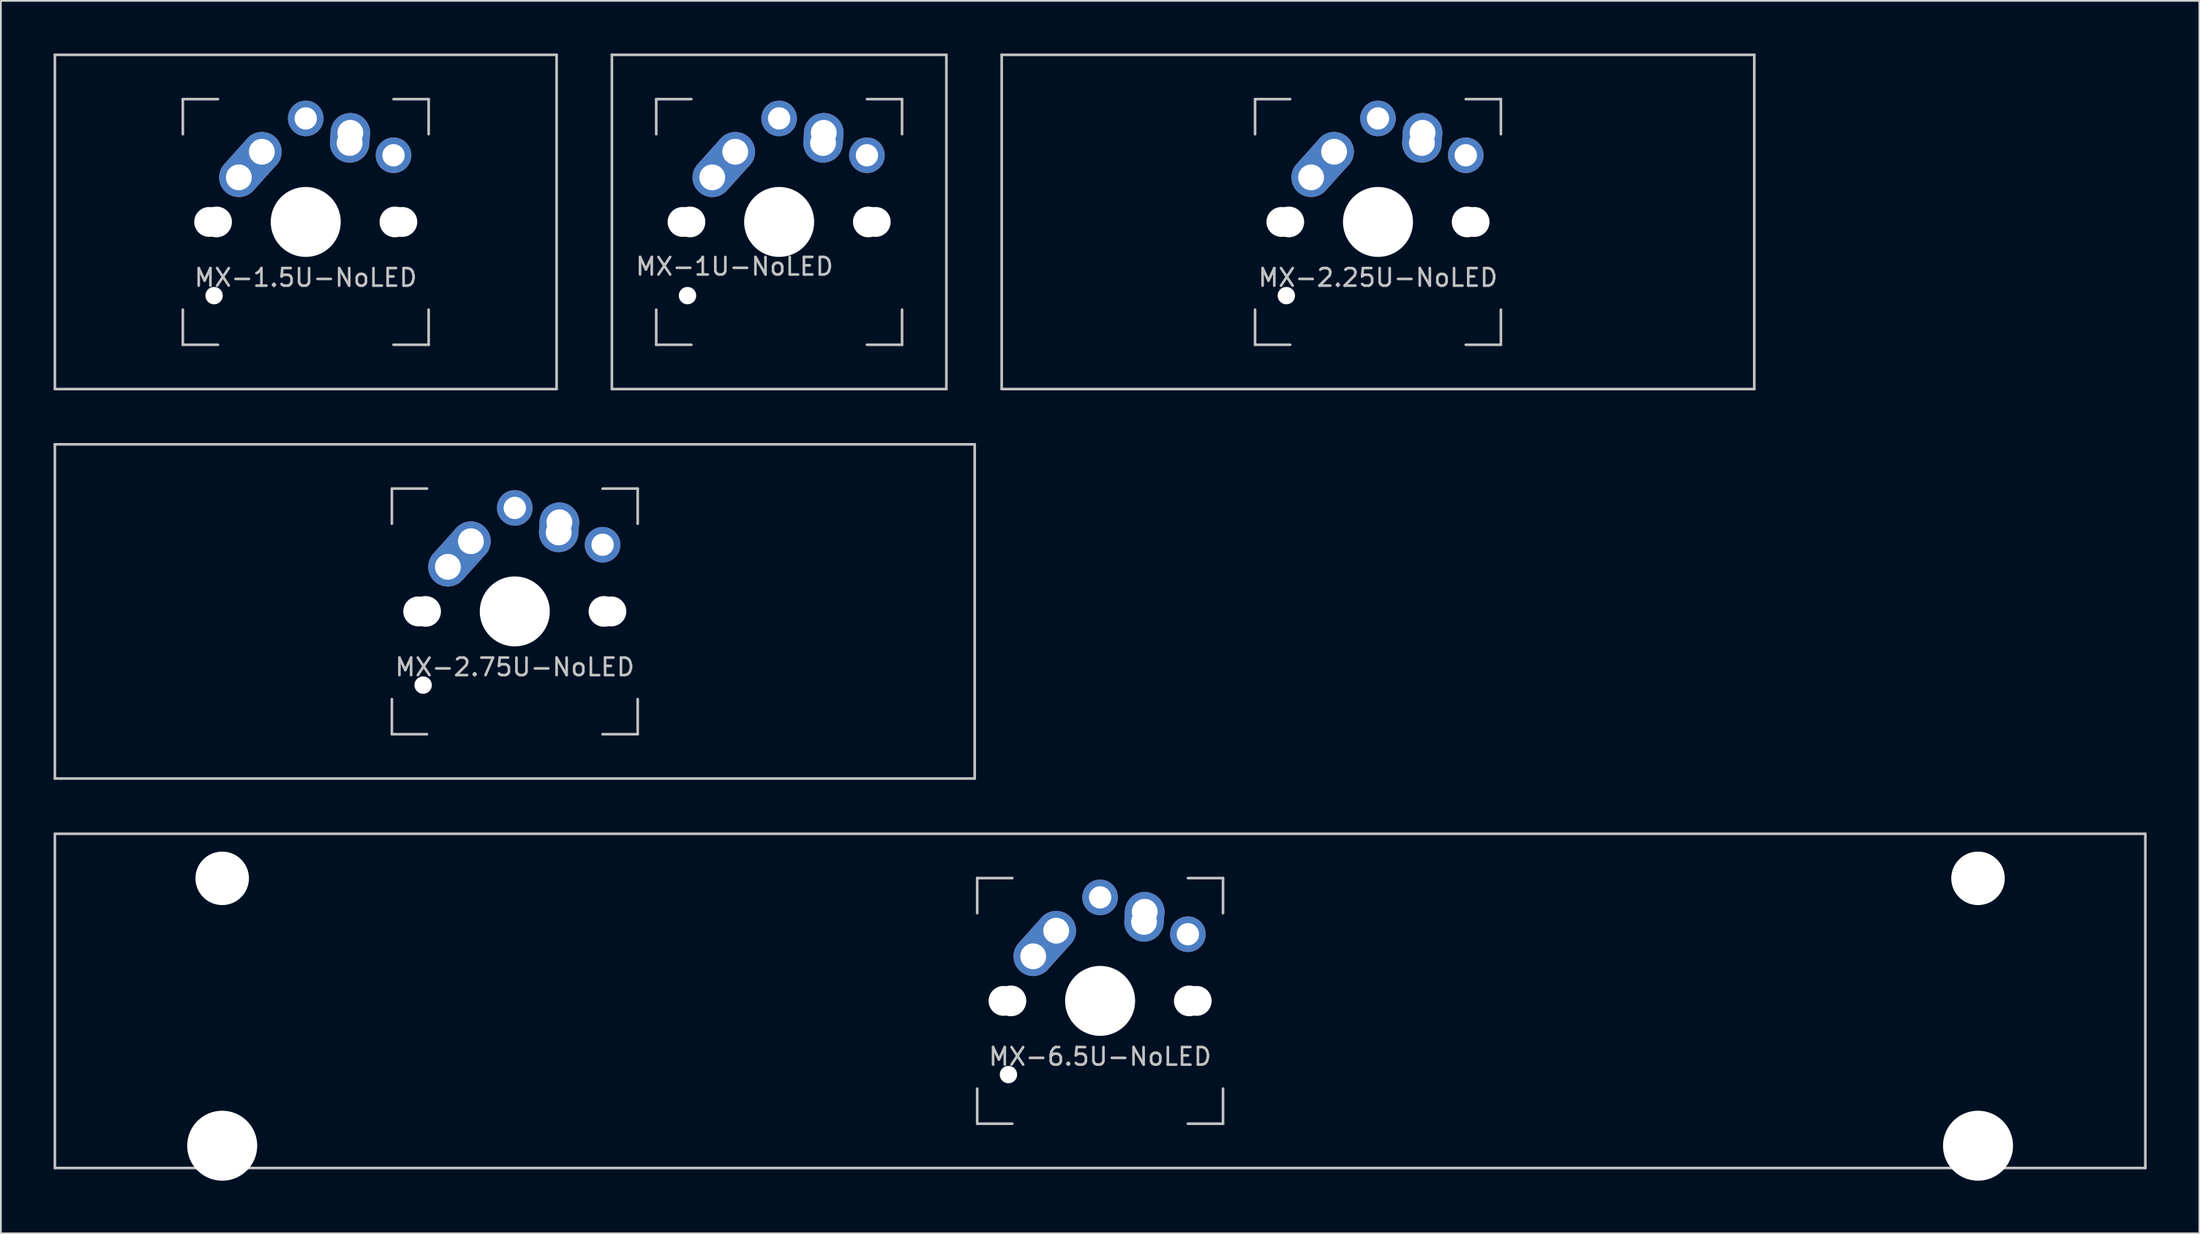
<source format=kicad_pcb>
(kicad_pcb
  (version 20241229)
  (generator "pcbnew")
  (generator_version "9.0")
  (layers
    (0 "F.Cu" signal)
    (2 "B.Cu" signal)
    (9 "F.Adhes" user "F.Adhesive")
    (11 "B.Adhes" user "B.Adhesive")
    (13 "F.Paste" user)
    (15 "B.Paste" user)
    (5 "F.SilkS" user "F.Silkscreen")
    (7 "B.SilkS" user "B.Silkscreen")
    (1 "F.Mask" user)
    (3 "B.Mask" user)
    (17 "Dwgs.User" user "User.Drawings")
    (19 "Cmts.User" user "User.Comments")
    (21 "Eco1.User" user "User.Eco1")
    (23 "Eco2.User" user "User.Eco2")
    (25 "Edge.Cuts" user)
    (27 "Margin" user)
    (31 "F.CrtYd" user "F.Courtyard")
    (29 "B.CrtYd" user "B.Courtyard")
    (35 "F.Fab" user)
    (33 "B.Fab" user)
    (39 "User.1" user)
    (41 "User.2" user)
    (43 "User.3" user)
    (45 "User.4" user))
  (footprint "MX-2.75U-NoLED"
    (layer "F.Cu")
    (at 26.269 31.8)
    (property "Reference" "MX-2.75U-NoLED" (at 0 3.175 0) (layer "Dwgs.User") (effects (font (size 1 1) (thickness 0.15))))
    (attr through_hole)
    (fp_line (start -26.194 -9.525) (end 26.194 -9.525) (stroke (width 0.15) (type solid)) (layer "Dwgs.User"))
    (fp_line (start -26.194 9.525) (end -26.194 -9.525) (stroke (width 0.15) (type solid)) (layer "Dwgs.User"))
    (fp_line (start -26.194 9.525) (end 26.194 9.525) (stroke (width 0.15) (type solid)) (layer "Dwgs.User"))
    (fp_line (start -7 -7) (end -7 -5) (stroke (width 0.15) (type solid)) (layer "Dwgs.User"))
    (fp_line (start -7 5) (end -7 7) (stroke (width 0.15) (type solid)) (layer "Dwgs.User"))
    (fp_line (start -7 7) (end -5 7) (stroke (width 0.15) (type solid)) (layer "Dwgs.User"))
    (fp_line (start -5 -7) (end -7 -7) (stroke (width 0.15) (type solid)) (layer "Dwgs.User"))
    (fp_line (start 5 -7) (end 7 -7) (stroke (width 0.15) (type solid)) (layer "Dwgs.User"))
    (fp_line (start 5 7) (end 7 7) (stroke (width 0.15) (type solid)) (layer "Dwgs.User"))
    (fp_line (start 7 -7) (end 7 -5) (stroke (width 0.15) (type solid)) (layer "Dwgs.User"))
    (fp_line (start 7 7) (end 7 5) (stroke (width 0.15) (type solid)) (layer "Dwgs.User"))
    (fp_line (start 26.194 -9.525) (end 26.194 9.525) (stroke (width 0.15) (type solid)) (layer "Dwgs.User"))
    (pad "" np_thru_hole circle (at -5.5 0) (size 1.702 1.702) (drill 1.702) (layers "*.Cu" "*.Mask"))
    (pad "" np_thru_hole circle (at -5.22 4.2 180) (size 0.991 0.991) (drill 0.991) (layers "*.Cu" "*.Mask"))
    (pad "" np_thru_hole circle (at -5.08 0 48.1) (size 1.75 1.75) (drill 1.75) (layers "*.Cu" "*.Mask"))
    (pad "" np_thru_hole circle (at 0 0) (size 3.988 3.988) (drill 3.988) (layers "*.Cu" "*.Mask"))
    (pad "" np_thru_hole circle (at 5.08 0 48.1) (size 1.75 1.75) (drill 1.75) (layers "*.Cu" "*.Mask"))
    (pad "" np_thru_hole circle (at 5.5 0) (size 1.702 1.702) (drill 1.702) (layers "*.Cu" "*.Mask"))
    (pad "1" thru_hole oval (at -3.81 -2.54 48.1) (size 4.212 2.25) (drill 1.47 (offset 0.981 0)) (layers "*.Cu" "B.Mask"))
    (pad "1" thru_hole circle (at -2.5 -4) (size 2.25 2.25) (drill 1.47) (layers "*.Cu" "B.Mask"))
    (pad "1" thru_hole circle (at 0 -5.9 180) (size 2.032 2.032) (drill 1.27) (layers "*.Cu" "*.Mask"))
    (pad "2" thru_hole oval (at 2.5 -4.5 86.055) (size 2.831 2.25) (drill 1.47 (offset 0.291 0)) (layers "*.Cu" "B.Mask"))
    (pad "2" thru_hole circle (at 2.54 -5.08) (size 2.25 2.25) (drill 1.47) (layers "*.Cu" "B.Mask"))
    (pad "2" thru_hole circle (at 5 -3.8 180) (size 2.032 2.032) (drill 1.27) (layers "*.Cu" "*.Mask")))
  (footprint "MX-1.5U-NoLED"
    (layer "F.Cu")
    (at 14.363 9.6)
    (property "Reference" "MX-1.5U-NoLED" (at 0 3.175 0) (layer "Dwgs.User") (effects (font (size 1 1) (thickness 0.15))))
    (attr through_hole)
    (fp_line (start -14.287 -9.525) (end 14.287 -9.525) (stroke (width 0.15) (type solid)) (layer "Dwgs.User"))
    (fp_line (start -14.287 9.525) (end -14.287 -9.525) (stroke (width 0.15) (type solid)) (layer "Dwgs.User"))
    (fp_line (start -7 -7) (end -7 -5) (stroke (width 0.15) (type solid)) (layer "Dwgs.User"))
    (fp_line (start -7 5) (end -7 7) (stroke (width 0.15) (type solid)) (layer "Dwgs.User"))
    (fp_line (start -7 7) (end -5 7) (stroke (width 0.15) (type solid)) (layer "Dwgs.User"))
    (fp_line (start -5 -7) (end -7 -7) (stroke (width 0.15) (type solid)) (layer "Dwgs.User"))
    (fp_line (start 5 -7) (end 7 -7) (stroke (width 0.15) (type solid)) (layer "Dwgs.User"))
    (fp_line (start 5 7) (end 7 7) (stroke (width 0.15) (type solid)) (layer "Dwgs.User"))
    (fp_line (start 7 -7) (end 7 -5) (stroke (width 0.15) (type solid)) (layer "Dwgs.User"))
    (fp_line (start 7 7) (end 7 5) (stroke (width 0.15) (type solid)) (layer "Dwgs.User"))
    (fp_line (start 14.287 -9.525) (end 14.287 9.525) (stroke (width 0.15) (type solid)) (layer "Dwgs.User"))
    (fp_line (start 14.287 9.525) (end -14.287 9.525) (stroke (width 0.15) (type solid)) (layer "Dwgs.User"))
    (pad "" np_thru_hole circle (at -5.5 0) (size 1.702 1.702) (drill 1.702) (layers "*.Cu" "*.Mask"))
    (pad "" np_thru_hole circle (at -5.22 4.2 180) (size 0.991 0.991) (drill 0.991) (layers "*.Cu" "*.Mask"))
    (pad "" np_thru_hole circle (at -5.08 0 48.1) (size 1.75 1.75) (drill 1.75) (layers "*.Cu" "*.Mask"))
    (pad "" np_thru_hole circle (at 0 0) (size 3.988 3.988) (drill 3.988) (layers "*.Cu" "*.Mask"))
    (pad "" np_thru_hole circle (at 5.08 0 48.1) (size 1.75 1.75) (drill 1.75) (layers "*.Cu" "*.Mask"))
    (pad "" np_thru_hole circle (at 5.5 0) (size 1.702 1.702) (drill 1.702) (layers "*.Cu" "*.Mask"))
    (pad "1" thru_hole oval (at -3.81 -2.54 48.1) (size 4.212 2.25) (drill 1.47 (offset 0.981 0)) (layers "*.Cu" "B.Mask"))
    (pad "1" thru_hole circle (at -2.5 -4) (size 2.25 2.25) (drill 1.47) (layers "*.Cu" "B.Mask"))
    (pad "1" thru_hole circle (at 0 -5.9 180) (size 2.032 2.032) (drill 1.27) (layers "*.Cu" "*.Mask"))
    (pad "2" thru_hole oval (at 2.5 -4.5 86.055) (size 2.831 2.25) (drill 1.47 (offset 0.291 0)) (layers "*.Cu" "B.Mask"))
    (pad "2" thru_hole circle (at 2.54 -5.08) (size 2.25 2.25) (drill 1.47) (layers "*.Cu" "B.Mask"))
    (pad "2" thru_hole circle (at 5 -3.8 180) (size 2.032 2.032) (drill 1.27) (layers "*.Cu" "*.Mask")))
  (footprint "MX-1U-NoLED"
    (layer "F.Cu")
    (at 41.325 9.6)
    (property "Reference" "MX-1U-NoLED" (at -2.54 2.54 0) (layer "Dwgs.User") (effects (font (size 1 1) (thickness 0.15))))
    (attr through_hole)
    (fp_line (start -9.525 -9.525) (end 9.525 -9.525) (stroke (width 0.15) (type solid)) (layer "Dwgs.User"))
    (fp_line (start -9.525 9.525) (end -9.525 -9.525) (stroke (width 0.15) (type solid)) (layer "Dwgs.User"))
    (fp_line (start -7 -7) (end -7 -5) (stroke (width 0.15) (type solid)) (layer "Dwgs.User"))
    (fp_line (start -7 5) (end -7 7) (stroke (width 0.15) (type solid)) (layer "Dwgs.User"))
    (fp_line (start -7 7) (end -5 7) (stroke (width 0.15) (type solid)) (layer "Dwgs.User"))
    (fp_line (start -5 -7) (end -7 -7) (stroke (width 0.15) (type solid)) (layer "Dwgs.User"))
    (fp_line (start 5 -7) (end 7 -7) (stroke (width 0.15) (type solid)) (layer "Dwgs.User"))
    (fp_line (start 5 7) (end 7 7) (stroke (width 0.15) (type solid)) (layer "Dwgs.User"))
    (fp_line (start 7 -7) (end 7 -5) (stroke (width 0.15) (type solid)) (layer "Dwgs.User"))
    (fp_line (start 7 7) (end 7 5) (stroke (width 0.15) (type solid)) (layer "Dwgs.User"))
    (fp_line (start 9.525 -9.525) (end 9.525 9.525) (stroke (width 0.15) (type solid)) (layer "Dwgs.User"))
    (fp_line (start 9.525 9.525) (end -9.525 9.525) (stroke (width 0.15) (type solid)) (layer "Dwgs.User"))
    (pad "" np_thru_hole circle (at -5.5 0) (size 1.702 1.702) (drill 1.702) (layers "*.Cu" "*.Mask"))
    (pad "" np_thru_hole circle (at -5.22 4.2 180) (size 0.991 0.991) (drill 0.991) (layers "*.Cu" "*.Mask"))
    (pad "" np_thru_hole circle (at -5.08 0 48.1) (size 1.75 1.75) (drill 1.75) (layers "*.Cu" "*.Mask"))
    (pad "" np_thru_hole circle (at 0 0) (size 3.988 3.988) (drill 3.988) (layers "*.Cu" "*.Mask"))
    (pad "" np_thru_hole circle (at 5.08 0 48.1) (size 1.75 1.75) (drill 1.75) (layers "*.Cu" "*.Mask"))
    (pad "" np_thru_hole circle (at 5.5 0) (size 1.702 1.702) (drill 1.702) (layers "*.Cu" "*.Mask"))
    (pad "1" thru_hole oval (at -3.81 -2.54 48) (size 4.212 2.25) (drill 1.47 (offset 0.981 0)) (layers "*.Cu" "*.Mask"))
    (pad "1" thru_hole circle (at -2.5 -4) (size 2.25 2.25) (drill 1.47) (layers "*.Cu" "*.Mask"))
    (pad "1" thru_hole circle (at 0 -5.9 180) (size 2.032 2.032) (drill 1.27) (layers "*.Cu" "*.Mask"))
    (pad "2" thru_hole oval (at 2.5 -4.5 86) (size 2.831 2.25) (drill 1.47 (offset 0.291 0)) (layers "*.Cu" "*.Mask"))
    (pad "2" thru_hole circle (at 2.54 -5.08) (size 2.25 2.25) (drill 1.47) (layers "*.Cu" "*.Mask"))
    (pad "2" thru_hole circle (at 5 -3.8 180) (size 2.032 2.032) (drill 1.27) (layers "*.Cu" "*.Mask")))
  (footprint "MX-2.25U-NoLED"
    (layer "F.Cu")
    (at 75.431 9.6)
    (property "Reference" "MX-2.25U-NoLED" (at 0 3.175 0) (layer "Dwgs.User") (effects (font (size 1 1) (thickness 0.15))))
    (attr through_hole)
    (fp_line (start -21.431 -9.525) (end 21.431 -9.525) (stroke (width 0.15) (type solid)) (layer "Dwgs.User"))
    (fp_line (start -21.431 9.525) (end -21.431 -9.525) (stroke (width 0.15) (type solid)) (layer "Dwgs.User"))
    (fp_line (start -21.431 9.525) (end 21.431 9.525) (stroke (width 0.15) (type solid)) (layer "Dwgs.User"))
    (fp_line (start -7 -7) (end -7 -5) (stroke (width 0.15) (type solid)) (layer "Dwgs.User"))
    (fp_line (start -7 5) (end -7 7) (stroke (width 0.15) (type solid)) (layer "Dwgs.User"))
    (fp_line (start -7 7) (end -5 7) (stroke (width 0.15) (type solid)) (layer "Dwgs.User"))
    (fp_line (start -5 -7) (end -7 -7) (stroke (width 0.15) (type solid)) (layer "Dwgs.User"))
    (fp_line (start 5 -7) (end 7 -7) (stroke (width 0.15) (type solid)) (layer "Dwgs.User"))
    (fp_line (start 5 7) (end 7 7) (stroke (width 0.15) (type solid)) (layer "Dwgs.User"))
    (fp_line (start 7 -7) (end 7 -5) (stroke (width 0.15) (type solid)) (layer "Dwgs.User"))
    (fp_line (start 7 7) (end 7 5) (stroke (width 0.15) (type solid)) (layer "Dwgs.User"))
    (fp_line (start 21.431 -9.525) (end 21.431 9.525) (stroke (width 0.15) (type solid)) (layer "Dwgs.User"))
    (pad "" np_thru_hole circle (at -5.5 0) (size 1.702 1.702) (drill 1.702) (layers "*.Cu" "*.Mask"))
    (pad "" np_thru_hole circle (at -5.22 4.2 180) (size 0.991 0.991) (drill 0.991) (layers "*.Cu" "*.Mask"))
    (pad "" np_thru_hole circle (at -5.08 0 48.1) (size 1.75 1.75) (drill 1.75) (layers "*.Cu" "*.Mask"))
    (pad "" np_thru_hole circle (at 0 0) (size 3.988 3.988) (drill 3.988) (layers "*.Cu" "*.Mask"))
    (pad "" np_thru_hole circle (at 5.08 0 48.1) (size 1.75 1.75) (drill 1.75) (layers "*.Cu" "*.Mask"))
    (pad "" np_thru_hole circle (at 5.5 0) (size 1.702 1.702) (drill 1.702) (layers "*.Cu" "*.Mask"))
    (pad "1" thru_hole oval (at -3.81 -2.54 48.1) (size 4.212 2.25) (drill 1.47 (offset 0.981 0)) (layers "*.Cu" "B.Mask"))
    (pad "1" thru_hole circle (at -2.5 -4) (size 2.25 2.25) (drill 1.47) (layers "*.Cu" "B.Mask"))
    (pad "1" thru_hole circle (at 0 -5.9 180) (size 2.032 2.032) (drill 1.27) (layers "*.Cu" "*.Mask"))
    (pad "2" thru_hole oval (at 2.5 -4.5 86.055) (size 2.831 2.25) (drill 1.47 (offset 0.291 0)) (layers "*.Cu" "B.Mask"))
    (pad "2" thru_hole circle (at 2.54 -5.08) (size 2.25 2.25) (drill 1.47) (layers "*.Cu" "B.Mask"))
    (pad "2" thru_hole circle (at 5 -3.8 180) (size 2.032 2.032) (drill 1.27) (layers "*.Cu" "*.Mask")))
  (footprint "MX-6.5U-NoLED"
    (layer "F.Cu")
    (at 59.605 54)
    (property "Reference" "MX-6.5U-NoLED" (at 0 3.175 0) (layer "Dwgs.User") (effects (font (size 1 1) (thickness 0.15))))
    (attr through_hole)
    (fp_line (start -59.53 -9.525) (end 59.53 -9.525) (stroke (width 0.15) (type solid)) (layer "Dwgs.User"))
    (fp_line (start -59.53 9.525) (end -59.53 -9.525) (stroke (width 0.15) (type solid)) (layer "Dwgs.User"))
    (fp_line (start -59.53 9.525) (end 59.53 9.525) (stroke (width 0.15) (type solid)) (layer "Dwgs.User"))
    (fp_line (start -7 -7) (end -7 -5) (stroke (width 0.15) (type solid)) (layer "Dwgs.User"))
    (fp_line (start -7 5) (end -7 7) (stroke (width 0.15) (type solid)) (layer "Dwgs.User"))
    (fp_line (start -7 7) (end -5 7) (stroke (width 0.15) (type solid)) (layer "Dwgs.User"))
    (fp_line (start -5 -7) (end -7 -7) (stroke (width 0.15) (type solid)) (layer "Dwgs.User"))
    (fp_line (start 5 -7) (end 7 -7) (stroke (width 0.15) (type solid)) (layer "Dwgs.User"))
    (fp_line (start 5 7) (end 7 7) (stroke (width 0.15) (type solid)) (layer "Dwgs.User"))
    (fp_line (start 7 -7) (end 7 -5) (stroke (width 0.15) (type solid)) (layer "Dwgs.User"))
    (fp_line (start 7 7) (end 7 5) (stroke (width 0.15) (type solid)) (layer "Dwgs.User"))
    (fp_line (start 59.53 -9.525) (end 59.53 9.525) (stroke (width 0.15) (type solid)) (layer "Dwgs.User"))
    (pad "" np_thru_hole circle (at -50 -6.985) (size 3.048 3.048) (drill 3.048) (layers "*.Cu" "*.Mask"))
    (pad "" np_thru_hole circle (at -50 8.255) (size 3.988 3.988) (drill 3.988) (layers "*.Cu" "*.Mask"))
    (pad "" np_thru_hole circle (at -5.5 0) (size 1.702 1.702) (drill 1.702) (layers "*.Cu" "*.Mask"))
    (pad "" np_thru_hole circle (at -5.22 4.2 180) (size 0.991 0.991) (drill 0.991) (layers "*.Cu" "*.Mask"))
    (pad "" np_thru_hole circle (at -5.08 0 48.1) (size 1.75 1.75) (drill 1.75) (layers "*.Cu" "*.Mask"))
    (pad "" np_thru_hole circle (at 0 0) (size 3.988 3.988) (drill 3.988) (layers "*.Cu" "*.Mask"))
    (pad "" np_thru_hole circle (at 5.08 0 48.1) (size 1.75 1.75) (drill 1.75) (layers "*.Cu" "*.Mask"))
    (pad "" np_thru_hole circle (at 5.5 0) (size 1.702 1.702) (drill 1.702) (layers "*.Cu" "*.Mask"))
    (pad "" np_thru_hole circle (at 50 -6.985) (size 3.048 3.048) (drill 3.048) (layers "*.Cu" "*.Mask"))
    (pad "" np_thru_hole circle (at 50 8.255) (size 3.988 3.988) (drill 3.988) (layers "*.Cu" "*.Mask"))
    (pad "1" thru_hole oval (at -3.81 -2.54 48.1) (size 4.212 2.25) (drill 1.47 (offset 0.981 0)) (layers "*.Cu" "B.Mask"))
    (pad "1" thru_hole circle (at -2.5 -4) (size 2.25 2.25) (drill 1.47) (layers "*.Cu" "B.Mask"))
    (pad "1" thru_hole circle (at 0 -5.9 180) (size 2.032 2.032) (drill 1.27) (layers "*.Cu" "*.Mask"))
    (pad "2" thru_hole oval (at 2.5 -4.5 86.055) (size 2.831 2.25) (drill 1.47 (offset 0.291 0)) (layers "*.Cu" "B.Mask"))
    (pad "2" thru_hole circle (at 2.54 -5.08) (size 2.25 2.25) (drill 1.47) (layers "*.Cu" "B.Mask"))
    (pad "2" thru_hole circle (at 5 -3.8 180) (size 2.032 2.032) (drill 1.27) (layers "*.Cu" "*.Mask")))
  (gr_rect
    (start -3 -3)
    (end 122.21 67.249)
    (stroke (width 0.1) (type default))
    (fill no)
    (layer "Edge.Cuts")))
</source>
